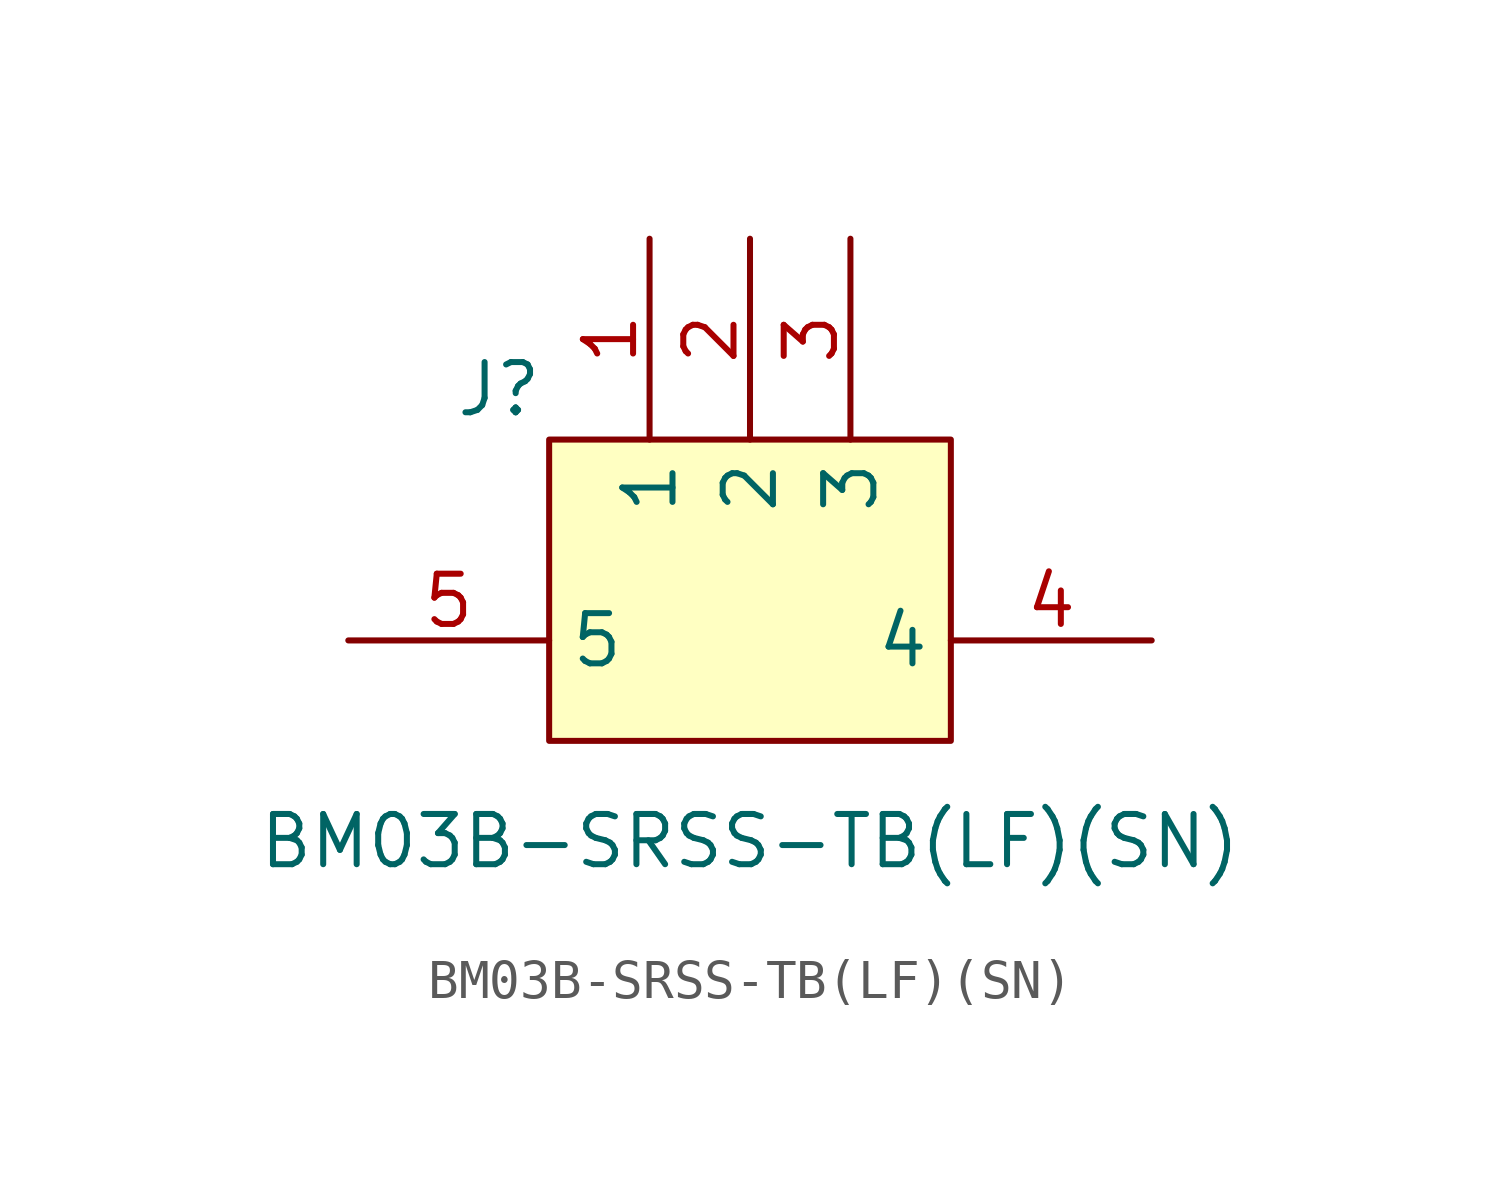
<source format=kicad_sym>
(kicad_symbol_lib
  (version 20220914)
  (generator kicad_symbol_editor)
  (symbol "BM03B-SRSS-TB(LF)(SN)"
    (property "Reference" "J"
      (at -6.35 1.27 0)
      (effects (font (size 1.27 1.27))))
    (property "Value" "BM03B-SRSS-TB(LF)(SN)"
      (at 0 -10.16 0)
      (effects (font (size 1.27 1.27))))
    (symbol "BM03B-SRSS-TB(LF)(SN)_0_1"
      (rectangle (start -5.08 0) (end 5.08 -7.62) (stroke (width 0) (type default)) (fill (type background))))
    (symbol "BM03B-SRSS-TB(LF)(SN)_1_1"
      (pin passive line (at -2.54 5.08 270) (length 5.08) (name "1" (effects (font (size 1.27 1.27)))) (number "1" (effects (font (size 1.27 1.27)))))
      (pin passive line (at 0 5.08 270) (length 5.08) (name "2" (effects (font (size 1.27 1.27)))) (number "2" (effects (font (size 1.27 1.27)))))
      (pin passive line (at 2.54 5.08 270) (length 5.08) (name "3" (effects (font (size 1.27 1.27)))) (number "3" (effects (font (size 1.27 1.27)))))
      (pin passive line (at 10.16 -5.08 180) (length 5.08) (name "4" (effects (font (size 1.27 1.27)))) (number "4" (effects (font (size 1.27 1.27)))))
      (pin passive line (at -10.16 -5.08 0) (length 5.08) (name "5" (effects (font (size 1.27 1.27)))) (number "5" (effects (font (size 1.27 1.27))))))))
</source>
